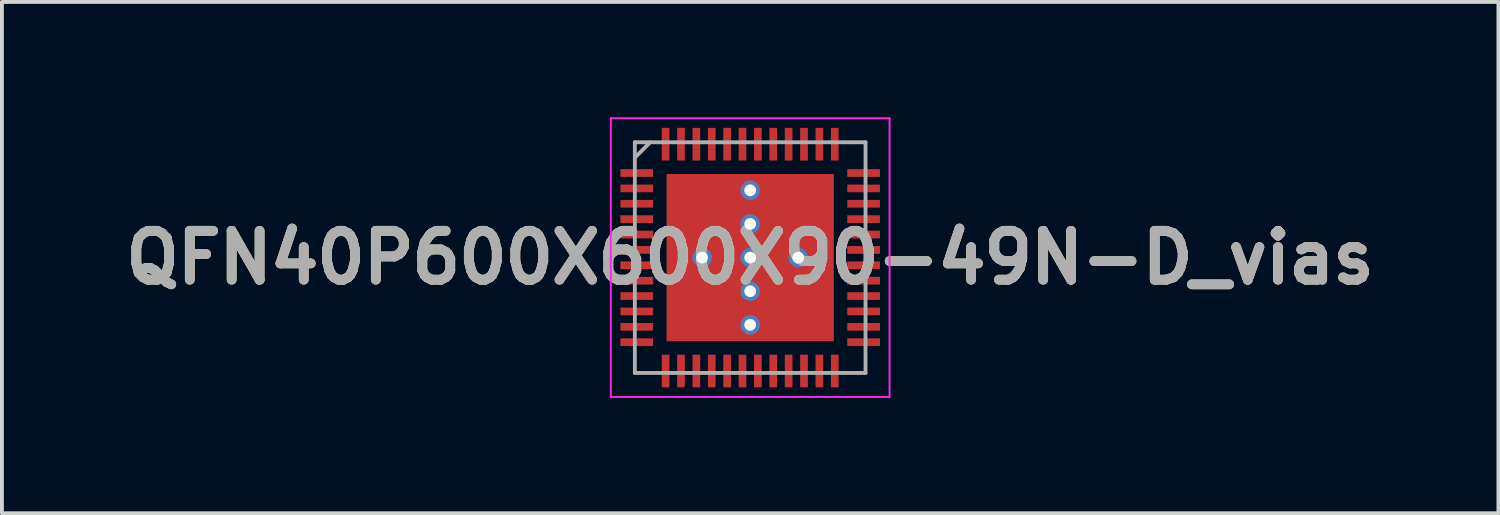
<source format=kicad_pcb>
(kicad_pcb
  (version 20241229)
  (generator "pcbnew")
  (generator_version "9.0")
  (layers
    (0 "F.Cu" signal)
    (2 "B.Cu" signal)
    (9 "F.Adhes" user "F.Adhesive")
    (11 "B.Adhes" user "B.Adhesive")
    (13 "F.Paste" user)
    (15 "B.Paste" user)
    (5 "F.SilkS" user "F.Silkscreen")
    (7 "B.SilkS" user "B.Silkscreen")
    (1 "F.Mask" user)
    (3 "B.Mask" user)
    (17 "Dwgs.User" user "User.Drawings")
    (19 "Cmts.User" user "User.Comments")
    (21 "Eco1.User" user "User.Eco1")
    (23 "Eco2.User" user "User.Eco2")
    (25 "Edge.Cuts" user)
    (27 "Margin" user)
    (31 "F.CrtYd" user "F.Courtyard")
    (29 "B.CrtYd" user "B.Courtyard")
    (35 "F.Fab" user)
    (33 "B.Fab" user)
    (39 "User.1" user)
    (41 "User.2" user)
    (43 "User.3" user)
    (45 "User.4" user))
  (footprint "QFN40P600X600X90-49N-D_vias"
    (layer "F.Cu")
    (at 16.462 3.65)
    (property "Reference" "QFN40P600X600X90-49N-D_vias" (at 0 0 0) (layer "F.SilkS") (effects (font (size 1.27 1.27) (thickness 0.254))))
    (attr smd)
    (fp_poly (pts (xy -0.5 -0.35) (xy -2.05 -0.35) (xy -2.05 -2.05) (xy -0.5 -2.05)) (stroke (width 0.1) (type solid)) (fill yes) (layer "F.Paste"))
    (fp_poly (pts (xy -0.45 2.05) (xy -2 2.05) (xy -2 0.35) (xy -0.45 0.35)) (stroke (width 0.1) (type solid)) (fill yes) (layer "F.Paste"))
    (fp_poly (pts (xy 1.95 -0.35) (xy 0.4 -0.35) (xy 0.4 -2.05) (xy 1.95 -2.05)) (stroke (width 0.1) (type solid)) (fill yes) (layer "F.Paste"))
    (fp_poly (pts (xy 2 2.05) (xy 0.45 2.05) (xy 0.45 0.35) (xy 2 0.35)) (stroke (width 0.1) (type solid)) (fill yes) (layer "F.Paste"))
    (fp_line (start -3.625 -3.625) (end 3.625 -3.625) (stroke (width 0.05) (type solid)) (layer "F.CrtYd"))
    (fp_line (start -3.625 3.625) (end -3.625 -3.625) (stroke (width 0.05) (type solid)) (layer "F.CrtYd"))
    (fp_line (start 3.625 -3.625) (end 3.625 3.625) (stroke (width 0.05) (type solid)) (layer "F.CrtYd"))
    (fp_line (start 3.625 3.625) (end -3.625 3.625) (stroke (width 0.05) (type solid)) (layer "F.CrtYd"))
    (fp_line (start -3 -3) (end 3 -3) (stroke (width 0.1) (type solid)) (layer "F.Fab"))
    (fp_line (start -3 -2.6) (end -2.6 -3) (stroke (width 0.1) (type solid)) (layer "F.Fab"))
    (fp_line (start -3 3) (end -3 -3) (stroke (width 0.1) (type solid)) (layer "F.Fab"))
    (fp_line (start 3 -3) (end 3 3) (stroke (width 0.1) (type solid)) (layer "F.Fab"))
    (fp_line (start 3 3) (end -3 3) (stroke (width 0.1) (type solid)) (layer "F.Fab"))
    (fp_text user "${REFERENCE}" (at 0 0 0) (layer "F.Fab") (effects (font (size 1.27 1.27) (thickness 0.254))))
    (pad "1" smd rect (at -2.95 -2.2 90) (size 0.2 0.85) (layers "F.Cu" "F.Mask" "F.Paste"))
    (pad "2" smd rect (at -2.95 -1.8 90) (size 0.2 0.85) (layers "F.Cu" "F.Mask" "F.Paste"))
    (pad "3" smd rect (at -2.95 -1.4 90) (size 0.2 0.85) (layers "F.Cu" "F.Mask" "F.Paste"))
    (pad "4" smd rect (at -2.95 -1 90) (size 0.2 0.85) (layers "F.Cu" "F.Mask" "F.Paste"))
    (pad "5" smd rect (at -2.95 -0.6 90) (size 0.2 0.85) (layers "F.Cu" "F.Mask" "F.Paste"))
    (pad "6" smd rect (at -2.95 -0.2 90) (size 0.2 0.85) (layers "F.Cu" "F.Mask" "F.Paste"))
    (pad "7" smd rect (at -2.95 0.2 90) (size 0.2 0.85) (layers "F.Cu" "F.Mask" "F.Paste"))
    (pad "8" smd rect (at -2.95 0.6 90) (size 0.2 0.85) (layers "F.Cu" "F.Mask" "F.Paste"))
    (pad "9" smd rect (at -2.95 1 90) (size 0.2 0.85) (layers "F.Cu" "F.Mask" "F.Paste"))
    (pad "10" smd rect (at -2.95 1.4 90) (size 0.2 0.85) (layers "F.Cu" "F.Mask" "F.Paste"))
    (pad "11" smd rect (at -2.95 1.8 90) (size 0.2 0.85) (layers "F.Cu" "F.Mask" "F.Paste"))
    (pad "12" smd rect (at -2.95 2.2 90) (size 0.2 0.85) (layers "F.Cu" "F.Mask" "F.Paste"))
    (pad "13" smd rect (at -2.2 2.95) (size 0.2 0.85) (layers "F.Cu" "F.Mask" "F.Paste"))
    (pad "14" smd rect (at -1.8 2.95) (size 0.2 0.85) (layers "F.Cu" "F.Mask" "F.Paste"))
    (pad "15" smd rect (at -1.4 2.95) (size 0.2 0.85) (layers "F.Cu" "F.Mask" "F.Paste"))
    (pad "16" smd rect (at -1 2.95) (size 0.2 0.85) (layers "F.Cu" "F.Mask" "F.Paste"))
    (pad "17" smd rect (at -0.6 2.95) (size 0.2 0.85) (layers "F.Cu" "F.Mask" "F.Paste"))
    (pad "18" smd rect (at -0.2 2.95) (size 0.2 0.85) (layers "F.Cu" "F.Mask" "F.Paste"))
    (pad "19" smd rect (at 0.2 2.95) (size 0.2 0.85) (layers "F.Cu" "F.Mask" "F.Paste"))
    (pad "20" smd rect (at 0.6 2.95) (size 0.2 0.85) (layers "F.Cu" "F.Mask" "F.Paste"))
    (pad "21" smd rect (at 1 2.95) (size 0.2 0.85) (layers "F.Cu" "F.Mask" "F.Paste"))
    (pad "22" smd rect (at 1.4 2.95) (size 0.2 0.85) (layers "F.Cu" "F.Mask" "F.Paste"))
    (pad "23" smd rect (at 1.8 2.95) (size 0.2 0.85) (layers "F.Cu" "F.Mask" "F.Paste"))
    (pad "24" smd rect (at 2.2 2.95) (size 0.2 0.85) (layers "F.Cu" "F.Mask" "F.Paste"))
    (pad "25" smd rect (at 2.95 2.2 90) (size 0.2 0.85) (layers "F.Cu" "F.Mask" "F.Paste"))
    (pad "26" smd rect (at 2.95 1.8 90) (size 0.2 0.85) (layers "F.Cu" "F.Mask" "F.Paste"))
    (pad "27" smd rect (at 2.95 1.4 90) (size 0.2 0.85) (layers "F.Cu" "F.Mask" "F.Paste"))
    (pad "28" smd rect (at 2.95 1 90) (size 0.2 0.85) (layers "F.Cu" "F.Mask" "F.Paste"))
    (pad "29" smd rect (at 2.95 0.6 90) (size 0.2 0.85) (layers "F.Cu" "F.Mask" "F.Paste"))
    (pad "30" smd rect (at 2.95 0.2 90) (size 0.2 0.85) (layers "F.Cu" "F.Mask" "F.Paste"))
    (pad "31" smd rect (at 2.95 -0.2 90) (size 0.2 0.85) (layers "F.Cu" "F.Mask" "F.Paste"))
    (pad "32" smd rect (at 2.95 -0.6 90) (size 0.2 0.85) (layers "F.Cu" "F.Mask" "F.Paste"))
    (pad "33" smd rect (at 2.95 -1 90) (size 0.2 0.85) (layers "F.Cu" "F.Mask" "F.Paste"))
    (pad "34" smd rect (at 2.95 -1.4 90) (size 0.2 0.85) (layers "F.Cu" "F.Mask" "F.Paste"))
    (pad "35" smd rect (at 2.95 -1.8 90) (size 0.2 0.85) (layers "F.Cu" "F.Mask" "F.Paste"))
    (pad "36" smd rect (at 2.95 -2.2 90) (size 0.2 0.85) (layers "F.Cu" "F.Mask" "F.Paste"))
    (pad "37" smd rect (at 2.2 -2.95) (size 0.2 0.85) (layers "F.Cu" "F.Mask" "F.Paste"))
    (pad "38" smd rect (at 1.8 -2.95) (size 0.2 0.85) (layers "F.Cu" "F.Mask" "F.Paste"))
    (pad "39" smd rect (at 1.4 -2.95) (size 0.2 0.85) (layers "F.Cu" "F.Mask" "F.Paste"))
    (pad "40" smd rect (at 1 -2.95) (size 0.2 0.85) (layers "F.Cu" "F.Mask" "F.Paste"))
    (pad "41" smd rect (at 0.6 -2.95) (size 0.2 0.85) (layers "F.Cu" "F.Mask" "F.Paste"))
    (pad "42" smd rect (at 0.2 -2.95) (size 0.2 0.85) (layers "F.Cu" "F.Mask" "F.Paste"))
    (pad "43" smd rect (at -0.2 -2.95) (size 0.2 0.85) (layers "F.Cu" "F.Mask" "F.Paste"))
    (pad "44" smd rect (at -0.6 -2.95) (size 0.2 0.85) (layers "F.Cu" "F.Mask" "F.Paste"))
    (pad "45" smd rect (at -1 -2.95) (size 0.2 0.85) (layers "F.Cu" "F.Mask" "F.Paste"))
    (pad "46" smd rect (at -1.4 -2.95) (size 0.2 0.85) (layers "F.Cu" "F.Mask" "F.Paste"))
    (pad "47" smd rect (at -1.8 -2.95) (size 0.2 0.85) (layers "F.Cu" "F.Mask" "F.Paste"))
    (pad "48" smd rect (at -2.2 -2.95) (size 0.2 0.85) (layers "F.Cu" "F.Mask" "F.Paste"))
    (pad "49" thru_hole circle (at -1.25 0) (size 0.508 0.508) (drill 0.305) (layers "*.Cu" "*.Mask"))
    (pad "49" thru_hole circle (at 0 -1.75) (size 0.508 0.508) (drill 0.305) (layers "*.Cu" "*.Mask"))
    (pad "49" thru_hole circle (at 0 -0.875) (size 0.508 0.508) (drill 0.305) (layers "*.Cu" "*.Mask"))
    (pad "49" thru_hole circle (at 0 0) (size 0.508 0.508) (drill 0.305) (layers "*.Cu" "*.Mask"))
    (pad "49" smd rect (at 0 0) (size 4.35 4.35) (layers "F.Cu" "F.Mask"))
    (pad "49" thru_hole circle (at 0 0.875) (size 0.508 0.508) (drill 0.305) (layers "*.Cu" "*.Mask"))
    (pad "49" thru_hole circle (at 0 1.75) (size 0.508 0.508) (drill 0.305) (layers "*.Cu" "*.Mask"))
    (pad "49" thru_hole circle (at 1.25 0) (size 0.508 0.508) (drill 0.305) (layers "*.Cu" "*.Mask")))
  (gr_rect
    (start -3 -3)
    (end 35.923 10.3)
    (stroke (width 0.1) (type default))
    (fill no)
    (layer "Edge.Cuts")))
</source>
